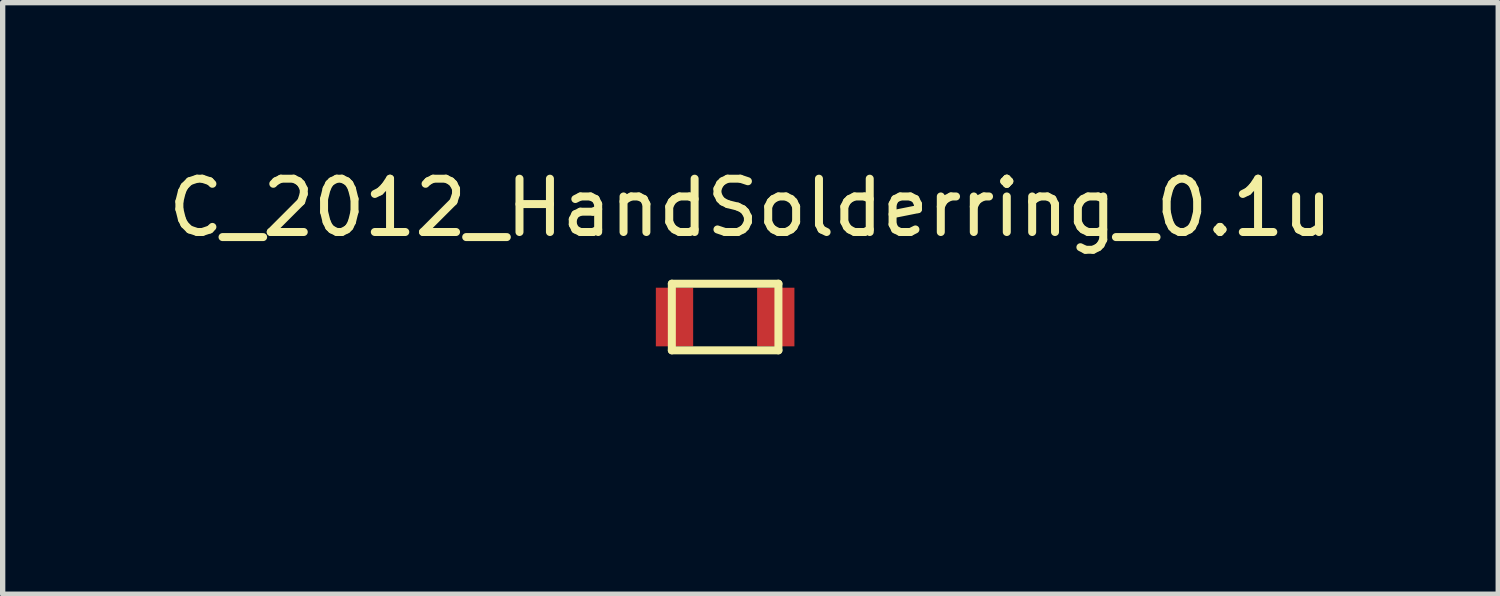
<source format=kicad_pcb>
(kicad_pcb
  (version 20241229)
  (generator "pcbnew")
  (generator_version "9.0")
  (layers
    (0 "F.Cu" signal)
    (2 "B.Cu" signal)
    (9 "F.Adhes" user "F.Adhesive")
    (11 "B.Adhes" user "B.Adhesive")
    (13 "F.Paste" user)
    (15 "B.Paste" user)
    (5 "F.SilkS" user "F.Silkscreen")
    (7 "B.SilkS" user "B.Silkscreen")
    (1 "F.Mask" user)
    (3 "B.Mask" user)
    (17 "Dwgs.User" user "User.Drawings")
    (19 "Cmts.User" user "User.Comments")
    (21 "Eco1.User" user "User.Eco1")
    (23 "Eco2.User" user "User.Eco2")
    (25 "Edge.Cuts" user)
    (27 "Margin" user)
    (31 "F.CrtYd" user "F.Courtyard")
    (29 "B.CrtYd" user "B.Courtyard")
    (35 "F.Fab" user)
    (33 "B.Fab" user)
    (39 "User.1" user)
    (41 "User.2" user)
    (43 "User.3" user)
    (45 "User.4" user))
  (footprint "C_2012_HandSolderring_0.1u"
    (layer "F.Cu")
    (at 8.205 4.848)
    (property "Reference" "C_2012_HandSolderring_0.1u" (at 2.825 -4 0) (layer "F.SilkS") (effects (font (size 1 1) (thickness 0.15))))
    (attr through_hole)
    (fp_line (start 1.35 -2.575) (end 1.35 -1.325) (stroke (width 0.15) (type solid)) (layer "F.SilkS"))
    (fp_line (start 1.35 -2.575) (end 3.35 -2.575) (stroke (width 0.15) (type solid)) (layer "F.SilkS"))
    (fp_line (start 1.35 -1.325) (end 3.35 -1.325) (stroke (width 0.15) (type solid)) (layer "F.SilkS"))
    (fp_line (start 3.35 -2.575) (end 3.35 -1.325) (stroke (width 0.15) (type solid)) (layer "F.SilkS"))
    (pad "1" smd rect (at 1.4 -1.95) (size 0.7 1.1) (layers "F.Cu" "F.Mask" "F.Paste"))
    (pad "2" smd rect (at 3.3 -1.95) (size 0.7 1.1) (layers "F.Cu" "F.Mask" "F.Paste")))
  (gr_rect
    (start -3 -3)
    (end 25.06 8.098)
    (stroke (width 0.1) (type default))
    (fill no)
    (layer "Edge.Cuts")))
</source>
